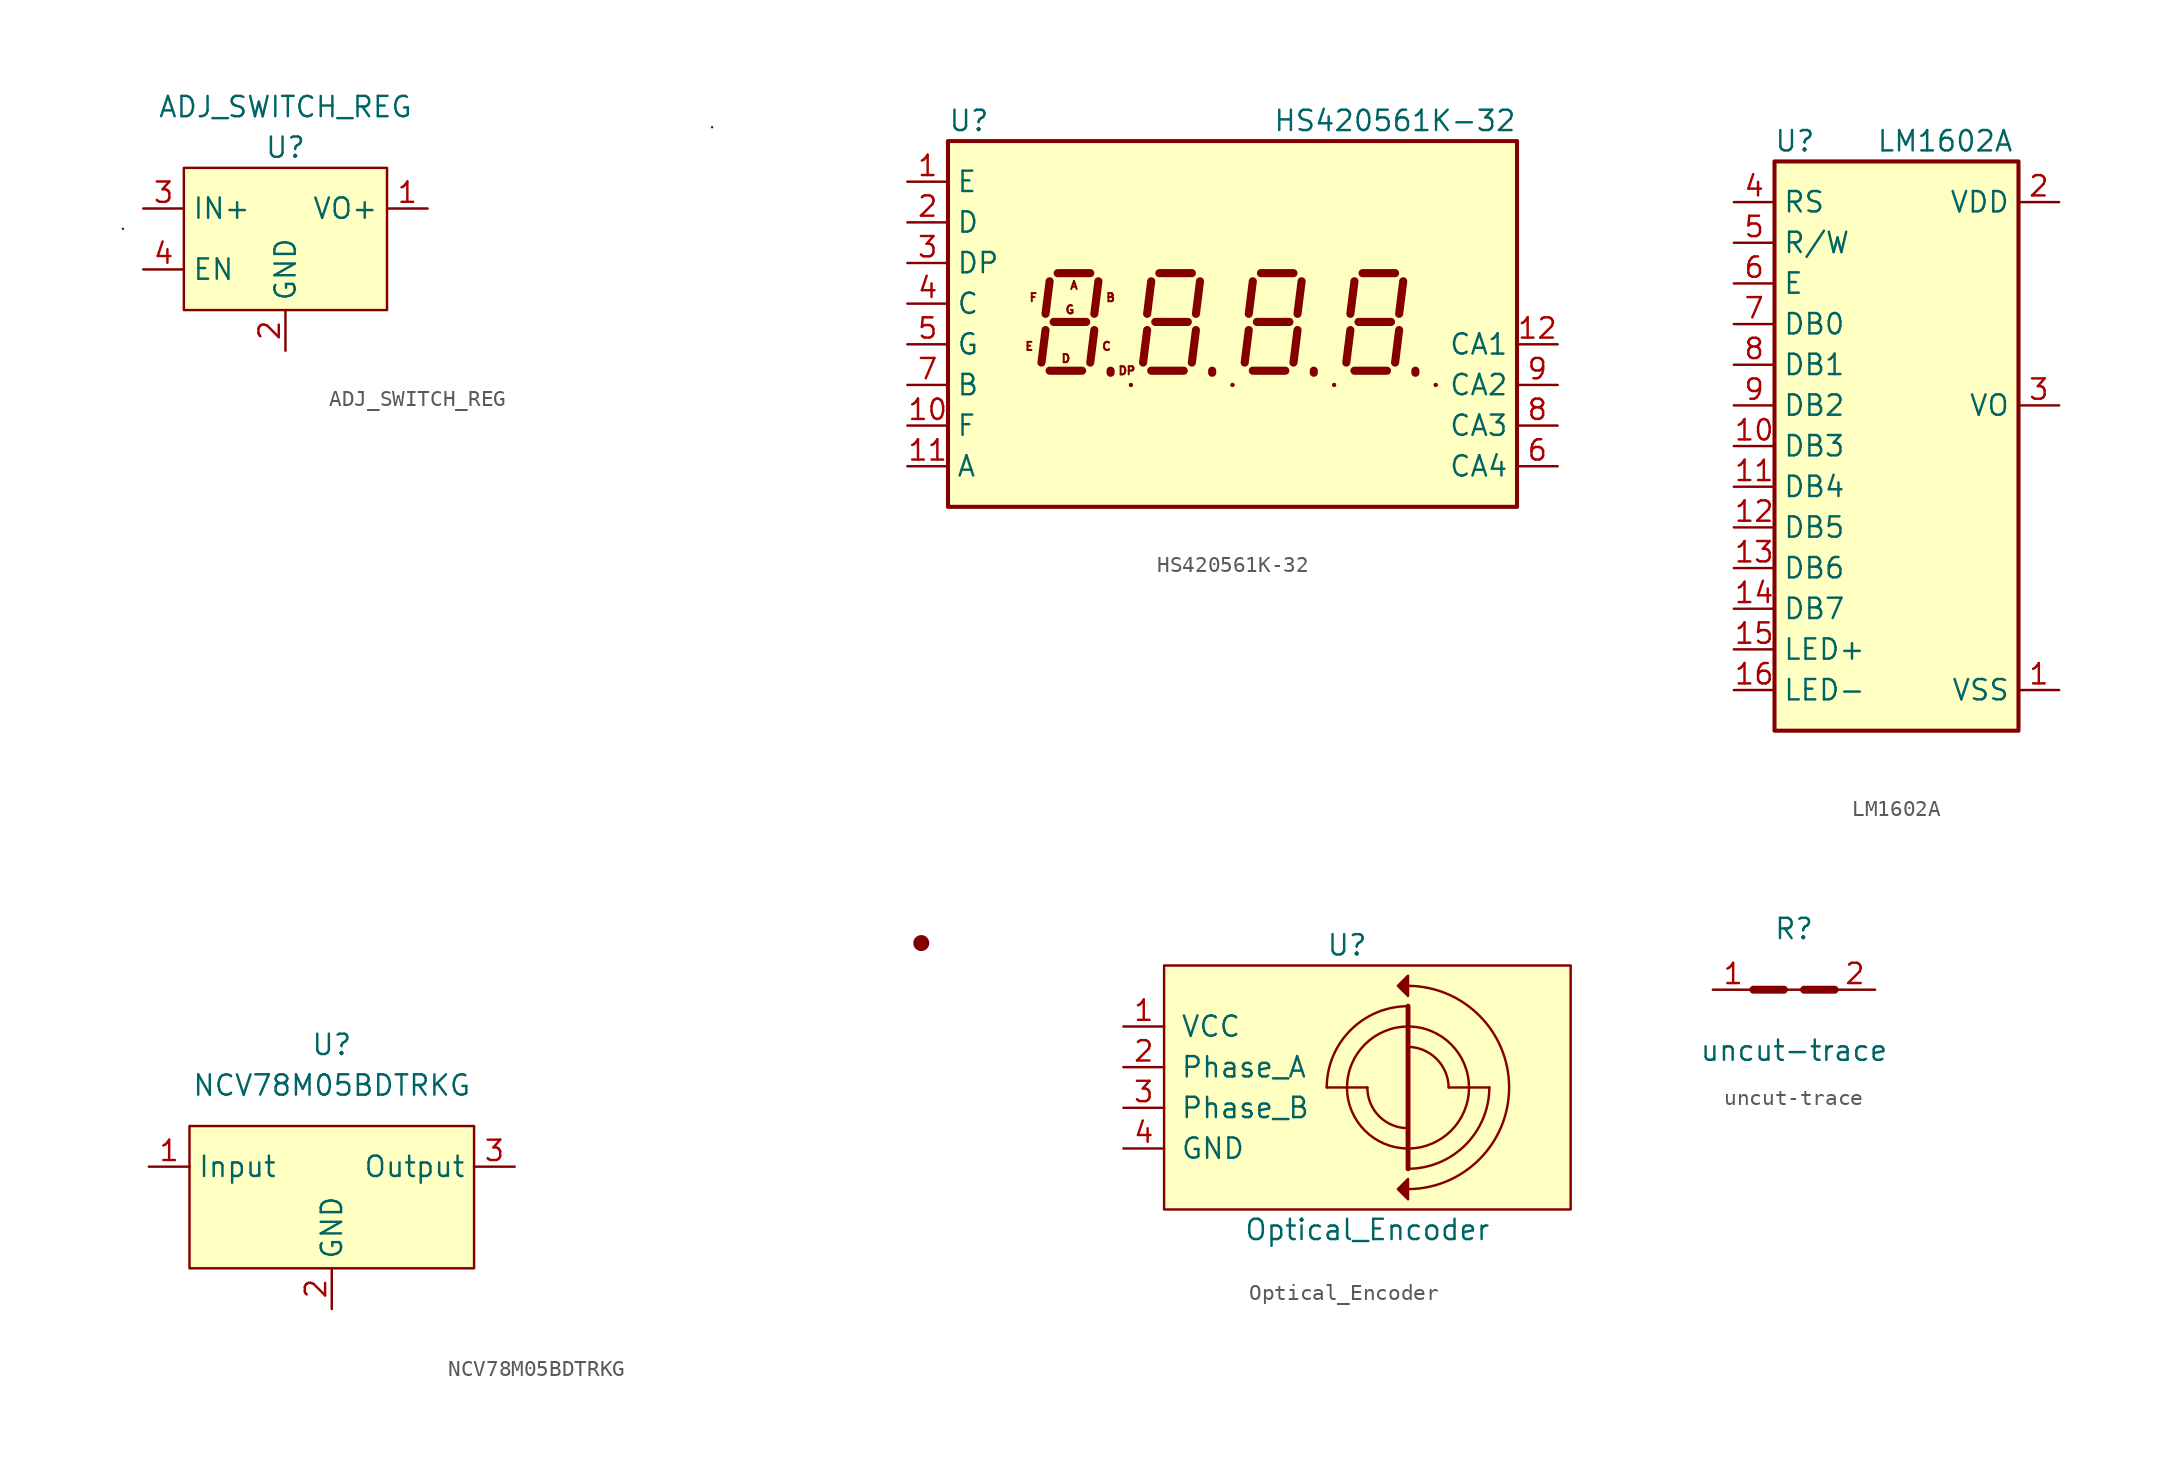
<source format=kicad_sym>
(kicad_symbol_lib
  (version 20211014)
  (generator kicad_symbol_editor)
  (symbol "ADJ_SWITCH_REG"
    (property "Reference" "U"
      (at 0 8.89 0)
      (effects (font (size 1.27 1.27))))
    (property "Value" "ADJ_SWITCH_REG"
      (at 0 11.43 0)
      (effects (font (size 1.27 1.27))))
    (symbol "ADJ_SWITCH_REG_0_1"
      (rectangle (start -10.16 3.81) (end -10.16 3.81) (stroke (width 0) (type default) (color 0 0 0 0)) (fill (type none)))
      (rectangle (start -6.35 7.62) (end 6.35 -1.27) (stroke (width 0) (type default) (color 0 0 0 0)) (fill (type background)))
      (rectangle (start 26.67 10.16) (end 26.67 10.16) (stroke (width 0) (type default) (color 0 0 0 0)) (fill (type none))))
    (symbol "ADJ_SWITCH_REG_1_1"
      (pin power_out line (at 8.89 5.08 180) (length 2.54) (name "VO+" (effects (font (size 1.27 1.27)))) (number "1" (effects (font (size 1.27 1.27)))))
      (pin power_in line (at 0 -3.81 90) (length 2.54) (name "GND" (effects (font (size 1.27 1.27)))) (number "2" (effects (font (size 1.27 1.27)))))
      (pin power_in line (at -8.89 5.08 0) (length 2.54) (name "IN+" (effects (font (size 1.27 1.27)))) (number "3" (effects (font (size 1.27 1.27)))))
      (pin input line (at -8.89 1.27 0) (length 2.54) (name "EN" (effects (font (size 1.27 1.27)))) (number "4" (effects (font (size 1.27 1.27)))))))
  (symbol "HS420561K-32"
    (property "Reference" "U"
      (at -17.78 12.7 0)
      (effects (font (size 1.27 1.27)) (justify left)))
    (property "Value" "HS420561K-32"
      (at 17.78 12.7 0)
      (effects (font (size 1.27 1.27)) (justify right)))
    (symbol "HS420561K-32_0_0"
      (pin input line (at -20.32 -6.35 0) (length 2.54) (name "F" (effects (font (size 1.27 1.27)))) (number "10" (effects (font (size 1.27 1.27)))))
      (pin input line (at 20.32 -1.27 180) (length 2.54) (name "CA1" (effects (font (size 1.27 1.27)))) (number "12" (effects (font (size 1.27 1.27))))))
    (symbol "HS420561K-32_0_1"
      (rectangle (start -17.78 -11.43) (end 17.78 11.43) (stroke (width 0.254) (type default) (color 0 0 0 0)) (fill (type background)))
      (rectangle (start -6.35 -3.81) (end -6.35 -3.81) (stroke (width 0.254) (type default) (color 0 0 0 0)) (fill (type none)))
      (rectangle (start 0 -3.81) (end 0 -3.81) (stroke (width 0.254) (type default) (color 0 0 0 0)) (fill (type none)))
      (polyline (pts (xy -6.35 -3.81) (xy -6.35 -3.81)) (stroke (width 0.254) (type default) (color 0 0 0 0)) (fill (type none)))
      (polyline (pts (xy 0 -3.81) (xy 0 -3.81)) (stroke (width 0.254) (type default) (color 0 0 0 0)) (fill (type none)))
      (polyline (pts (xy 6.35 -3.81) (xy 6.35 -3.81)) (stroke (width 0.254) (type default) (color 0 0 0 0)) (fill (type none)))
      (polyline (pts (xy 12.7 -3.81) (xy 12.7 -3.81)) (stroke (width 0.254) (type default) (color 0 0 0 0)) (fill (type none)))
      (rectangle (start 6.35 -3.81) (end 6.35 -3.81) (stroke (width 0.254) (type default) (color 0 0 0 0)) (fill (type none)))
      (rectangle (start 12.7 -3.81) (end 12.7 -3.81) (stroke (width 0.254) (type default) (color 0 0 0 0)) (fill (type none))))
    (symbol "HS420561K-32_1_0"
      (text "A" (at -9.906 2.413 0) (effects (font (size 0.508 0.508))))
      (text "B" (at -7.62 1.651 0) (effects (font (size 0.508 0.508))))
      (text "C" (at -7.874 -1.397 0) (effects (font (size 0.508 0.508))))
      (text "D" (at -10.414 -2.159 0) (effects (font (size 0.508 0.508))))
      (text "DP" (at -6.604 -2.921 0) (effects (font (size 0.508 0.508))))
      (text "E" (at -12.7 -1.397 0) (effects (font (size 0.508 0.508))))
      (text "F" (at -12.446 1.651 0) (effects (font (size 0.508 0.508))))
      (text "G" (at -10.16 0.889 0) (effects (font (size 0.508 0.508)))))
    (symbol "HS420561K-32_1_1"
      (polyline (pts (xy -11.684 -0.381) (xy -11.938 -2.413)) (stroke (width 0.508) (type default) (color 0 0 0 0)) (fill (type none)))
      (polyline (pts (xy -11.43 -2.921) (xy -9.398 -2.921)) (stroke (width 0.508) (type default) (color 0 0 0 0)) (fill (type none)))
      (polyline (pts (xy -11.43 2.667) (xy -11.684 0.635)) (stroke (width 0.508) (type default) (color 0 0 0 0)) (fill (type none)))
      (polyline (pts (xy -11.176 0.127) (xy -9.144 0.127)) (stroke (width 0.508) (type default) (color 0 0 0 0)) (fill (type none)))
      (polyline (pts (xy -10.922 3.175) (xy -8.89 3.175)) (stroke (width 0.508) (type default) (color 0 0 0 0)) (fill (type none)))
      (polyline (pts (xy -8.636 -0.381) (xy -8.89 -2.413)) (stroke (width 0.508) (type default) (color 0 0 0 0)) (fill (type none)))
      (polyline (pts (xy -8.382 2.667) (xy -8.636 0.635)) (stroke (width 0.508) (type default) (color 0 0 0 0)) (fill (type none)))
      (polyline (pts (xy -7.62 -3.048) (xy -7.62 -2.921)) (stroke (width 0.508) (type default) (color 0 0 0 0)) (fill (type none)))
      (polyline (pts (xy -5.334 -0.381) (xy -5.588 -2.413)) (stroke (width 0.508) (type default) (color 0 0 0 0)) (fill (type none)))
      (polyline (pts (xy -5.08 -2.921) (xy -3.048 -2.921)) (stroke (width 0.508) (type default) (color 0 0 0 0)) (fill (type none)))
      (polyline (pts (xy -5.08 2.667) (xy -5.334 0.635)) (stroke (width 0.508) (type default) (color 0 0 0 0)) (fill (type none)))
      (polyline (pts (xy -4.826 0.127) (xy -2.794 0.127)) (stroke (width 0.508) (type default) (color 0 0 0 0)) (fill (type none)))
      (polyline (pts (xy -4.572 3.175) (xy -2.54 3.175)) (stroke (width 0.508) (type default) (color 0 0 0 0)) (fill (type none)))
      (polyline (pts (xy -2.286 -0.381) (xy -2.54 -2.413)) (stroke (width 0.508) (type default) (color 0 0 0 0)) (fill (type none)))
      (polyline (pts (xy -2.032 2.667) (xy -2.286 0.635)) (stroke (width 0.508) (type default) (color 0 0 0 0)) (fill (type none)))
      (polyline (pts (xy -1.27 -3.048) (xy -1.27 -2.921)) (stroke (width 0.508) (type default) (color 0 0 0 0)) (fill (type none)))
      (polyline (pts (xy 1.016 -0.381) (xy 0.762 -2.413)) (stroke (width 0.508) (type default) (color 0 0 0 0)) (fill (type none)))
      (polyline (pts (xy 1.27 -2.921) (xy 3.302 -2.921)) (stroke (width 0.508) (type default) (color 0 0 0 0)) (fill (type none)))
      (polyline (pts (xy 1.27 2.667) (xy 1.016 0.635)) (stroke (width 0.508) (type default) (color 0 0 0 0)) (fill (type none)))
      (polyline (pts (xy 1.524 0.127) (xy 3.556 0.127)) (stroke (width 0.508) (type default) (color 0 0 0 0)) (fill (type none)))
      (polyline (pts (xy 1.778 3.175) (xy 3.81 3.175)) (stroke (width 0.508) (type default) (color 0 0 0 0)) (fill (type none)))
      (polyline (pts (xy 4.064 -0.381) (xy 3.81 -2.413)) (stroke (width 0.508) (type default) (color 0 0 0 0)) (fill (type none)))
      (polyline (pts (xy 4.318 2.667) (xy 4.064 0.635)) (stroke (width 0.508) (type default) (color 0 0 0 0)) (fill (type none)))
      (polyline (pts (xy 5.08 -3.048) (xy 5.08 -2.921)) (stroke (width 0.508) (type default) (color 0 0 0 0)) (fill (type none)))
      (polyline (pts (xy 7.366 -0.381) (xy 7.112 -2.413)) (stroke (width 0.508) (type default) (color 0 0 0 0)) (fill (type none)))
      (polyline (pts (xy 7.62 -2.921) (xy 9.652 -2.921)) (stroke (width 0.508) (type default) (color 0 0 0 0)) (fill (type none)))
      (polyline (pts (xy 7.62 2.667) (xy 7.366 0.635)) (stroke (width 0.508) (type default) (color 0 0 0 0)) (fill (type none)))
      (polyline (pts (xy 7.874 0.127) (xy 9.906 0.127)) (stroke (width 0.508) (type default) (color 0 0 0 0)) (fill (type none)))
      (polyline (pts (xy 8.128 3.175) (xy 10.16 3.175)) (stroke (width 0.508) (type default) (color 0 0 0 0)) (fill (type none)))
      (polyline (pts (xy 10.414 -0.381) (xy 10.16 -2.413)) (stroke (width 0.508) (type default) (color 0 0 0 0)) (fill (type none)))
      (polyline (pts (xy 10.668 2.667) (xy 10.414 0.635)) (stroke (width 0.508) (type default) (color 0 0 0 0)) (fill (type none)))
      (polyline (pts (xy 11.43 -3.048) (xy 11.43 -2.921)) (stroke (width 0.508) (type default) (color 0 0 0 0)) (fill (type none)))
      (pin input line (at -20.32 8.89 0) (length 2.54) (name "E" (effects (font (size 1.27 1.27)))) (number "1" (effects (font (size 1.27 1.27)))))
      (pin input line (at -20.32 -8.89 0) (length 2.54) (name "A" (effects (font (size 1.27 1.27)))) (number "11" (effects (font (size 1.27 1.27)))))
      (pin input line (at -20.32 6.35 0) (length 2.54) (name "D" (effects (font (size 1.27 1.27)))) (number "2" (effects (font (size 1.27 1.27)))))
      (pin input line (at -20.32 3.81 0) (length 2.54) (name "DP" (effects (font (size 1.27 1.27)))) (number "3" (effects (font (size 1.27 1.27)))))
      (pin input line (at -20.32 1.27 0) (length 2.54) (name "C" (effects (font (size 1.27 1.27)))) (number "4" (effects (font (size 1.27 1.27)))))
      (pin input line (at -20.32 -1.27 0) (length 2.54) (name "G" (effects (font (size 1.27 1.27)))) (number "5" (effects (font (size 1.27 1.27)))))
      (pin input line (at 20.32 -8.89 180) (length 2.54) (name "CA4" (effects (font (size 1.27 1.27)))) (number "6" (effects (font (size 1.27 1.27)))))
      (pin input line (at -20.32 -3.81 0) (length 2.54) (name "B" (effects (font (size 1.27 1.27)))) (number "7" (effects (font (size 1.27 1.27)))))
      (pin input line (at 20.32 -6.35 180) (length 2.54) (name "CA3" (effects (font (size 1.27 1.27)))) (number "8" (effects (font (size 1.27 1.27)))))
      (pin input line (at 20.32 -3.81 180) (length 2.54) (name "CA2" (effects (font (size 1.27 1.27)))) (number "9" (effects (font (size 1.27 1.27)))))))
  (symbol "LM1602A"
    (property "Reference" "U"
      (at -6.35 16.51 0)
      (effects (font (size 1.27 1.27))))
    (property "Value" "LM1602A"
      (at -1.27 16.51 0)
      (effects (font (size 1.27 1.27)) (justify left)))
    (symbol "LM1602A_0_1"
      (rectangle (start -7.62 15.24) (end 7.62 -20.32) (stroke (width 0.254) (type default) (color 0 0 0 0)) (fill (type background))))
    (symbol "LM1602A_1_1"
      (pin power_in line (at 10.16 -17.78 180) (length 2.54) (name "VSS" (effects (font (size 1.27 1.27)))) (number "1" (effects (font (size 1.27 1.27)))))
      (pin bidirectional line (at -10.16 -2.54 0) (length 2.54) (name "DB3" (effects (font (size 1.27 1.27)))) (number "10" (effects (font (size 1.27 1.27)))))
      (pin bidirectional line (at -10.16 -5.08 0) (length 2.54) (name "DB4" (effects (font (size 1.27 1.27)))) (number "11" (effects (font (size 1.27 1.27)))))
      (pin bidirectional line (at -10.16 -7.62 0) (length 2.54) (name "DB5" (effects (font (size 1.27 1.27)))) (number "12" (effects (font (size 1.27 1.27)))))
      (pin bidirectional line (at -10.16 -10.16 0) (length 2.54) (name "DB6" (effects (font (size 1.27 1.27)))) (number "13" (effects (font (size 1.27 1.27)))))
      (pin bidirectional line (at -10.16 -12.7 0) (length 2.54) (name "DB7" (effects (font (size 1.27 1.27)))) (number "14" (effects (font (size 1.27 1.27)))))
      (pin power_in line (at -10.16 -15.24 0) (length 2.54) (name "LED+" (effects (font (size 1.27 1.27)))) (number "15" (effects (font (size 1.27 1.27)))))
      (pin power_in line (at -10.16 -17.78 0) (length 2.54) (name "LED-" (effects (font (size 1.27 1.27)))) (number "16" (effects (font (size 1.27 1.27)))))
      (pin power_in line (at 10.16 12.7 180) (length 2.54) (name "VDD" (effects (font (size 1.27 1.27)))) (number "2" (effects (font (size 1.27 1.27)))))
      (pin power_in line (at 10.16 0 180) (length 2.54) (name "VO" (effects (font (size 1.27 1.27)))) (number "3" (effects (font (size 1.27 1.27)))))
      (pin input line (at -10.16 12.7 0) (length 2.54) (name "RS" (effects (font (size 1.27 1.27)))) (number "4" (effects (font (size 1.27 1.27)))))
      (pin input line (at -10.16 10.16 0) (length 2.54) (name "R/W" (effects (font (size 1.27 1.27)))) (number "5" (effects (font (size 1.27 1.27)))))
      (pin input line (at -10.16 7.62 0) (length 2.54) (name "E" (effects (font (size 1.27 1.27)))) (number "6" (effects (font (size 1.27 1.27)))))
      (pin bidirectional line (at -10.16 5.08 0) (length 2.54) (name "DB0" (effects (font (size 1.27 1.27)))) (number "7" (effects (font (size 1.27 1.27)))))
      (pin bidirectional line (at -10.16 2.54 0) (length 2.54) (name "DB1" (effects (font (size 1.27 1.27)))) (number "8" (effects (font (size 1.27 1.27)))))
      (pin bidirectional line (at -10.16 0 0) (length 2.54) (name "DB2" (effects (font (size 1.27 1.27)))) (number "9" (effects (font (size 1.27 1.27)))))))
  (symbol "NCV78M05BDTRKG"
    (property "Reference" "U"
      (at 0 7.62 0)
      (effects (font (size 1.27 1.27))))
    (property "Value" "NCV78M05BDTRKG"
      (at 0 5.08 0)
      (effects (font (size 1.27 1.27))))
    (symbol "NCV78M05BDTRKG_0_1"
      (rectangle (start -8.89 2.54) (end 8.89 -6.35) (stroke (width 0) (type default) (color 0 0 0 0)) (fill (type background)))
      (rectangle (start 36.83 13.97) (end 36.83 13.97) (stroke (width 0) (type default) (color 0 0 0 0)) (fill (type none)))
      (rectangle (start 36.83 13.97) (end 36.83 13.97) (stroke (width 0) (type default) (color 0 0 0 0)) (fill (type none)))
      (rectangle (start 36.83 13.97) (end 36.83 13.97) (stroke (width 0) (type default) (color 0 0 0 0)) (fill (type none)))
      (rectangle (start 36.83 13.97) (end 36.83 13.97) (stroke (width 0) (type default) (color 0 0 0 0)) (fill (type none)))
      (rectangle (start 36.83 13.97) (end 36.83 13.97) (stroke (width 1) (type default) (color 0 0 0 0)) (fill (type background))))
    (symbol "NCV78M05BDTRKG_1_1"
      (pin power_in line (at -11.43 0 0) (length 2.54) (name "Input" (effects (font (size 1.27 1.27)))) (number "1" (effects (font (size 1.27 1.27)))))
      (pin power_in line (at 0 -8.89 90) (length 2.54) (name "GND" (effects (font (size 1.27 1.27)))) (number "2" (effects (font (size 1.27 1.27)))))
      (pin power_out line (at 11.43 0 180) (length 2.54) (name "Output" (effects (font (size 1.27 1.27)))) (number "3" (effects (font (size 1.27 1.27)))))))
  (symbol "Optical_Encoder"
    (pin_names
      (offset 1.016))
    (property "Reference" "U"
      (at 11.43 1.27 0)
      (effects (font (size 1.27 1.27))))
    (property "Value" "Optical_Encoder"
      (at 12.7 -16.51 0)
      (effects (font (size 1.27 1.27))))
    (symbol "Optical_Encoder_0_1"
      (polyline (pts (xy 11.43 -7.62) (xy 10.16 -7.62)) (stroke (width 0) (type default) (color 0 0 0 0)) (fill (type none)))
      (polyline (pts (xy 12.7 -7.62) (xy 11.43 -7.62)) (stroke (width 0) (type default) (color 0 0 0 0)) (fill (type none)))
      (polyline (pts (xy 15.24 -2.54) (xy 15.24 -12.7)) (stroke (width 0.305) (type default) (color 0 0 0 0)) (fill (type none)))
      (polyline (pts (xy 17.78 -7.62) (xy 19.05 -7.62)) (stroke (width 0) (type default) (color 0 0 0 0)) (fill (type none)))
      (polyline (pts (xy 19.05 -7.62) (xy 20.32 -7.62)) (stroke (width 0) (type default) (color 0 0 0 0)) (fill (type none)))
      (polyline (pts (xy 14.605 -1.27) (xy 15.24 -1.905) (xy 15.24 -0.635) (xy 14.605 -1.27)) (stroke (width 0) (type default) (color 0 0 0 0)) (fill (type outline)))
      (polyline (pts (xy 15.24 -13.335) (xy 15.24 -14.605) (xy 14.605 -13.97) (xy 15.24 -13.335)) (stroke (width 0) (type default) (color 0 0 0 0)) (fill (type outline)))
      (rectangle (start 0 0) (end 25.4 -15.24) (stroke (width 0) (type default) (color 0 0 0 0)) (fill (type background)))
      (arc (start 11.43 -7.62) (mid 12.5459 -10.3141) (end 15.24 -11.43) (stroke (width 0) (type default) (color 0 0 0 0)) (fill (type none)))
      (arc (start 12.7 -7.62) (mid 13.4423 -9.4249) (end 15.24 -10.16) (stroke (width 0) (type default) (color 0 0 0 0)) (fill (type none)))
      (arc (start 15.24 -13.97) (mid 21.59 -7.62) (end 15.24 -1.27) (stroke (width 0) (type default) (color 0 0 0 0)) (fill (type none)))
      (arc (start 15.24 -12.7) (mid 18.8231 -11.2106) (end 20.32 -7.62) (stroke (width 0) (type default) (color 0 0 0 0)) (fill (type none)))
      (arc (start 15.24 -11.43) (mid 17.9341 -10.3141) (end 19.05 -7.62) (stroke (width 0) (type default) (color 0 0 0 0)) (fill (type none)))
      (arc (start 15.24 -3.81) (mid 12.5459 -4.9259) (end 11.43 -7.62) (stroke (width 0) (type default) (color 0 0 0 0)) (fill (type none)))
      (arc (start 15.24 -2.54) (mid 11.6569 -4.0294) (end 10.16 -7.62) (stroke (width 0) (type default) (color 0 0 0 0)) (fill (type none)))
      (arc (start 17.78 -7.62) (mid 17.0271 -5.8403) (end 15.24 -5.08) (stroke (width 0) (type default) (color 0 0 0 0)) (fill (type none)))
      (arc (start 19.05 -7.62) (mid 17.9341 -4.9259) (end 15.24 -3.81) (stroke (width 0) (type default) (color 0 0 0 0)) (fill (type none))))
    (symbol "Optical_Encoder_1_1"
      (pin power_in line (at -2.54 -3.81 0) (length 2.54) (name "VCC" (effects (font (size 1.27 1.27)))) (number "1" (effects (font (size 1.27 1.27)))))
      (pin open_collector line (at -2.54 -6.35 0) (length 2.54) (name "Phase_A" (effects (font (size 1.27 1.27)))) (number "2" (effects (font (size 1.27 1.27)))))
      (pin open_collector line (at -2.54 -8.89 0) (length 2.54) (name "Phase_B" (effects (font (size 1.27 1.27)))) (number "3" (effects (font (size 1.27 1.27)))))
      (pin power_in line (at -2.54 -11.43 0) (length 2.54) (name "GND" (effects (font (size 1.27 1.27)))) (number "4" (effects (font (size 1.27 1.27)))))))
  (symbol "uncut-trace"
    (property "Reference" "R"
      (at 0 3.81 0)
      (effects (font (size 1.27 1.27))))
    (property "Value" "uncut-trace"
      (at 0 -3.81 0)
      (effects (font (size 1.27 1.27))))
    (symbol "uncut-trace_0_1"
      (polyline (pts (xy -2.54 0) (xy -0.635 0)) (stroke (width 0.5) (type default) (color 0 0 0 0)) (fill (type none)))
      (polyline (pts (xy -0.635 0) (xy 0.635 0)) (stroke (width 0) (type default) (color 0 0 0 0)) (fill (type none)))
      (polyline (pts (xy 0.635 0) (xy 2.54 0)) (stroke (width 0.5) (type default) (color 0 0 0 0)) (fill (type none))))
    (symbol "uncut-trace_1_1"
      (pin unspecified line (at -5.08 0 0) (length 2.54) (name "" (effects (font (size 1.27 1.27)))) (number "1" (effects (font (size 1.27 1.27)))))
      (pin unspecified line (at 5.08 0 180) (length 2.54) (name "" (effects (font (size 1.27 1.27)))) (number "2" (effects (font (size 1.27 1.27))))))))
</source>
